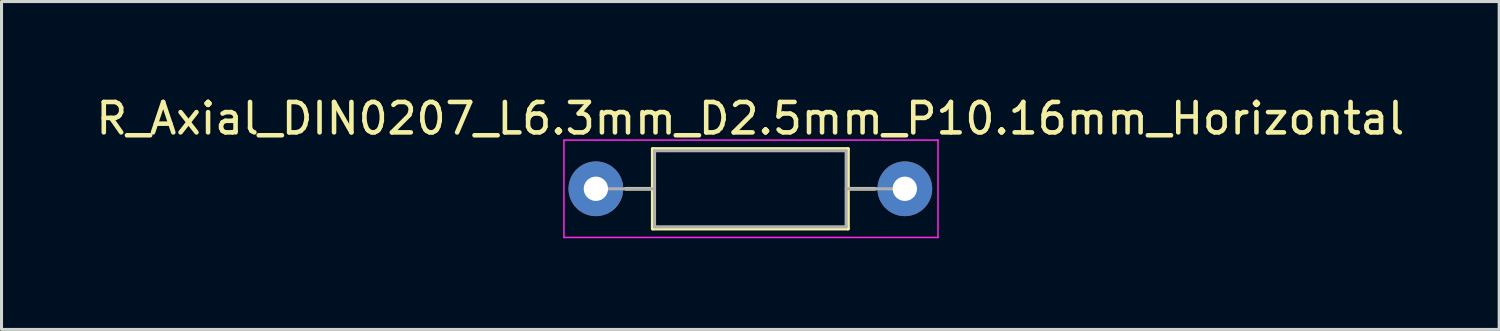
<source format=kicad_pcb>
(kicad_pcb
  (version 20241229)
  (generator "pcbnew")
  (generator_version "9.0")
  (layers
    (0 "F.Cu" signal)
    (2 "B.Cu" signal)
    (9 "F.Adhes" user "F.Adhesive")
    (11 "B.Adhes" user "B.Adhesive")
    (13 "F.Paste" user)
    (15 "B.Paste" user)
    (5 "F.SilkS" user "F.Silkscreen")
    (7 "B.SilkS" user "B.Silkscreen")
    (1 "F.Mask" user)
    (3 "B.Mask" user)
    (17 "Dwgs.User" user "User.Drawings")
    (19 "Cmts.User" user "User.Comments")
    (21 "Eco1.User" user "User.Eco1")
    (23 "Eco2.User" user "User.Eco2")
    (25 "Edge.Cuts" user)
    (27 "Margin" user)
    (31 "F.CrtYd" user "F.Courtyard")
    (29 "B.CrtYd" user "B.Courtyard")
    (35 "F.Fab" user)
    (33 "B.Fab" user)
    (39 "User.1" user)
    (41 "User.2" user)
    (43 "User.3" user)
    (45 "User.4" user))
  (footprint "R_Axial_DIN0207_L6.3mm_D2.5mm_P10.16mm_Horizontal"
    (layer "F.Cu")
    (at 16.545 3.158)
    (property "Reference" "R_Axial_DIN0207_L6.3mm_D2.5mm_P10.16mm_Horizontal" (at 5.08 -2.31 0) (layer "F.SilkS") (effects (font (size 1 1) (thickness 0.15))))
    (attr through_hole)
    (fp_line (start 0.98 0) (end 1.87 0) (stroke (width 0.12) (type solid)) (layer "F.SilkS"))
    (fp_line (start 1.87 -1.31) (end 1.87 1.31) (stroke (width 0.12) (type solid)) (layer "F.SilkS"))
    (fp_line (start 1.87 1.31) (end 8.29 1.31) (stroke (width 0.12) (type solid)) (layer "F.SilkS"))
    (fp_line (start 8.29 -1.31) (end 1.87 -1.31) (stroke (width 0.12) (type solid)) (layer "F.SilkS"))
    (fp_line (start 8.29 1.31) (end 8.29 -1.31) (stroke (width 0.12) (type solid)) (layer "F.SilkS"))
    (fp_line (start 9.18 0) (end 8.29 0) (stroke (width 0.12) (type solid)) (layer "F.SilkS"))
    (fp_line (start -1.05 -1.6) (end -1.05 1.6) (stroke (width 0.05) (type solid)) (layer "F.CrtYd"))
    (fp_line (start -1.05 1.6) (end 11.25 1.6) (stroke (width 0.05) (type solid)) (layer "F.CrtYd"))
    (fp_line (start 11.25 -1.6) (end -1.05 -1.6) (stroke (width 0.05) (type solid)) (layer "F.CrtYd"))
    (fp_line (start 11.25 1.6) (end 11.25 -1.6) (stroke (width 0.05) (type solid)) (layer "F.CrtYd"))
    (fp_line (start 0 0) (end 1.93 0) (stroke (width 0.1) (type solid)) (layer "F.Fab"))
    (fp_line (start 1.93 -1.25) (end 1.93 1.25) (stroke (width 0.1) (type solid)) (layer "F.Fab"))
    (fp_line (start 1.93 1.25) (end 8.23 1.25) (stroke (width 0.1) (type solid)) (layer "F.Fab"))
    (fp_line (start 8.23 -1.25) (end 1.93 -1.25) (stroke (width 0.1) (type solid)) (layer "F.Fab"))
    (fp_line (start 8.23 1.25) (end 8.23 -1.25) (stroke (width 0.1) (type solid)) (layer "F.Fab"))
    (fp_line (start 10.16 0) (end 8.23 0) (stroke (width 0.1) (type solid)) (layer "F.Fab"))
    (pad "1" thru_hole circle (at 0 0) (size 1.8 1.8) (drill 0.8) (layers "*.Cu" "*.Mask"))
    (pad "2" thru_hole circle (at 10.16 0) (size 1.8 1.8) (drill 0.8) (layers "*.Cu" "*.Mask")))
  (gr_rect
    (start -3 -3)
    (end 46.25 7.783)
    (stroke (width 0.1) (type default))
    (fill no)
    (layer "Edge.Cuts")))
</source>
